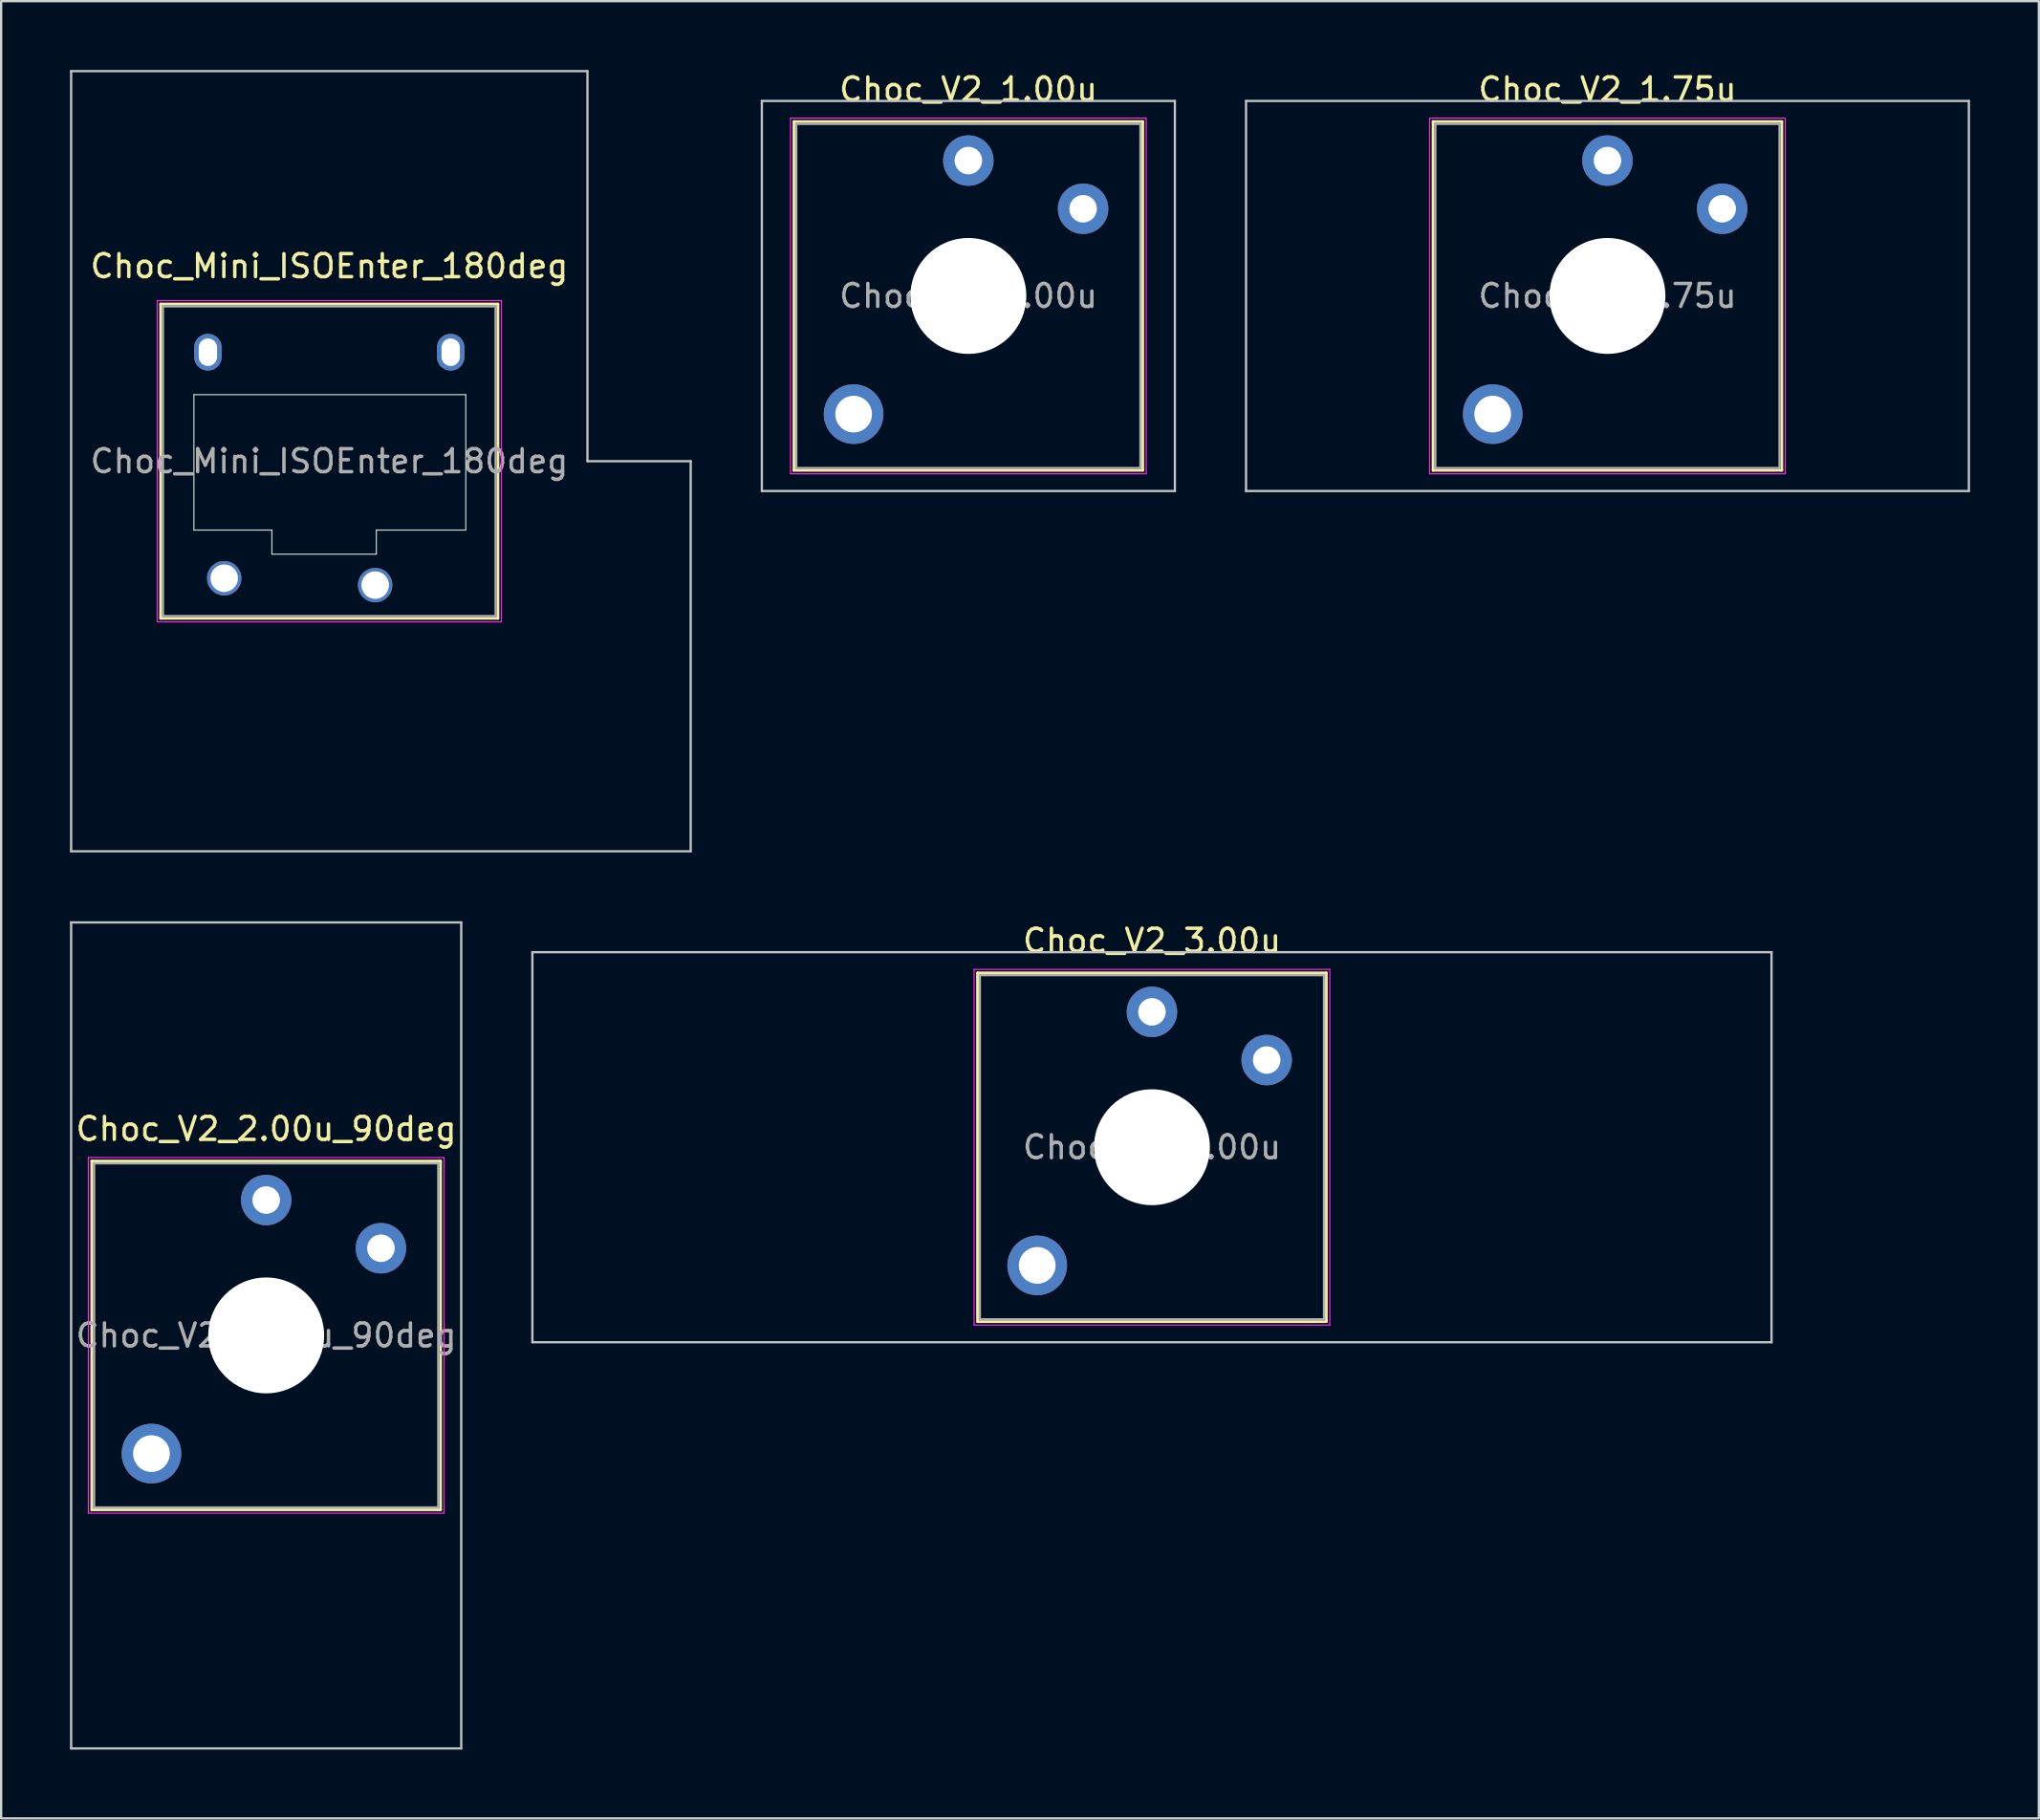
<source format=kicad_pcb>
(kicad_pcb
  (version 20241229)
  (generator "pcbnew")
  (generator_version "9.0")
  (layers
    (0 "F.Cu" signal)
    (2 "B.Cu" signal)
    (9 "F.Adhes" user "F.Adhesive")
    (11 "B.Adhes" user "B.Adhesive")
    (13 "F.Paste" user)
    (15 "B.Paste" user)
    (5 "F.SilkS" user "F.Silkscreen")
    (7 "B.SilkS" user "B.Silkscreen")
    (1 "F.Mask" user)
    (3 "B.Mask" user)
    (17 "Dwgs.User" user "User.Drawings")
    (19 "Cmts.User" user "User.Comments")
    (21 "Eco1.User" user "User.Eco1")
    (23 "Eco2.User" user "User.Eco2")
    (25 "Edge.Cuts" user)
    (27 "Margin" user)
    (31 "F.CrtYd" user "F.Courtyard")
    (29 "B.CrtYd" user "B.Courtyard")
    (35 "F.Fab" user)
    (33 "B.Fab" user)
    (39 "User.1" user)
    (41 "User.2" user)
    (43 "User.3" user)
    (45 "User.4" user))
  (footprint "Choc_V2_1.75u"
    (layer "F.Cu")
    (at 67 9.848)
    (property "Reference" "Choc_V2_1.75u" (at 0 -9 0) (layer "F.SilkS") (effects (font (size 1 1) (thickness 0.15))))
    (attr through_hole)
    (fp_line (start -7.6 -7.6) (end -7.6 7.6) (stroke (width 0.12) (type solid)) (layer "F.SilkS"))
    (fp_line (start -7.6 7.6) (end 7.6 7.6) (stroke (width 0.12) (type solid)) (layer "F.SilkS"))
    (fp_line (start 7.6 -7.6) (end -7.6 -7.6) (stroke (width 0.12) (type solid)) (layer "F.SilkS"))
    (fp_line (start 7.6 7.6) (end 7.6 -7.6) (stroke (width 0.12) (type solid)) (layer "F.SilkS"))
    (fp_line (start -15.75 -8.5) (end -15.75 8.5) (stroke (width 0.1) (type solid)) (layer "Dwgs.User"))
    (fp_line (start -15.75 8.5) (end 15.75 8.5) (stroke (width 0.1) (type solid)) (layer "Dwgs.User"))
    (fp_line (start 15.75 -8.5) (end -15.75 -8.5) (stroke (width 0.1) (type solid)) (layer "Dwgs.User"))
    (fp_line (start 15.75 8.5) (end 15.75 -8.5) (stroke (width 0.1) (type solid)) (layer "Dwgs.User"))
    (fp_line (start -7.25 -7.25) (end -7.25 7.25) (stroke (width 0.1) (type solid)) (layer "Eco1.User"))
    (fp_line (start -7.25 7.25) (end 7.25 7.25) (stroke (width 0.1) (type solid)) (layer "Eco1.User"))
    (fp_line (start 7.25 -7.25) (end -7.25 -7.25) (stroke (width 0.1) (type solid)) (layer "Eco1.User"))
    (fp_line (start 7.25 7.25) (end 7.25 -7.25) (stroke (width 0.1) (type solid)) (layer "Eco1.User"))
    (fp_line (start -7.75 -7.75) (end -7.75 7.75) (stroke (width 0.05) (type solid)) (layer "F.CrtYd"))
    (fp_line (start -7.75 7.75) (end 7.75 7.75) (stroke (width 0.05) (type solid)) (layer "F.CrtYd"))
    (fp_line (start 7.75 -7.75) (end -7.75 -7.75) (stroke (width 0.05) (type solid)) (layer "F.CrtYd"))
    (fp_line (start 7.75 7.75) (end 7.75 -7.75) (stroke (width 0.05) (type solid)) (layer "F.CrtYd"))
    (fp_line (start -7.5 -7.5) (end -7.5 7.5) (stroke (width 0.1) (type solid)) (layer "F.Fab"))
    (fp_line (start -7.5 7.5) (end 7.5 7.5) (stroke (width 0.1) (type solid)) (layer "F.Fab"))
    (fp_line (start 7.5 -7.5) (end -7.5 -7.5) (stroke (width 0.1) (type solid)) (layer "F.Fab"))
    (fp_line (start 7.5 7.5) (end 7.5 -7.5) (stroke (width 0.1) (type solid)) (layer "F.Fab"))
    (fp_text user "${REFERENCE}" (at 0 0 0) (layer "F.Fab") (effects (font (size 1 1) (thickness 0.15))))
    (pad "" thru_hole circle (at -5 5.15) (size 2.6 2.6) (drill 1.6) (layers "*.Cu" "*.Mask"))
    (pad "" np_thru_hole circle (at 0 0) (size 5.05 5.05) (drill 5.05) (layers "*.Cu" "*.Mask"))
    (pad "1" thru_hole circle (at 0 -5.9) (size 2.2 2.2) (drill 1.2) (layers "*.Cu" "*.Mask"))
    (pad "2" thru_hole circle (at 5 -3.8) (size 2.2 2.2) (drill 1.2) (layers "*.Cu" "*.Mask")))
  (footprint "Choc_Mini_ISOEnter_180deg"
    (layer "F.Cu")
    (at 11.3 17.05)
    (property "Reference" "Choc_Mini_ISOEnter_180deg" (at 0 -8.5 0) (layer "F.SilkS") (effects (font (size 1 1) (thickness 0.15))))
    (attr through_hole)
    (fp_line (start -7.35 -6.85) (end -7.35 6.85) (stroke (width 0.12) (type solid)) (layer "F.SilkS"))
    (fp_line (start -7.35 6.85) (end 7.35 6.85) (stroke (width 0.12) (type solid)) (layer "F.SilkS"))
    (fp_line (start 7.35 -6.85) (end -7.35 -6.85) (stroke (width 0.12) (type solid)) (layer "F.SilkS"))
    (fp_line (start 7.35 6.85) (end 7.35 -6.85) (stroke (width 0.12) (type solid)) (layer "F.SilkS"))
    (fp_line (start -11.25 -17) (end -11.25 17) (stroke (width 0.1) (type solid)) (layer "Dwgs.User"))
    (fp_line (start -11.25 17) (end 15.75 17) (stroke (width 0.1) (type solid)) (layer "Dwgs.User"))
    (fp_line (start 11.25 -17) (end -11.25 -17) (stroke (width 0.1) (type solid)) (layer "Dwgs.User"))
    (fp_line (start 11.25 0) (end 11.25 -17) (stroke (width 0.1) (type solid)) (layer "Dwgs.User"))
    (fp_line (start 15.75 0) (end 11.25 0) (stroke (width 0.1) (type solid)) (layer "Dwgs.User"))
    (fp_line (start 15.75 17) (end 15.75 0) (stroke (width 0.1) (type solid)) (layer "Dwgs.User"))
    (fp_line (start -6.85 -6.35) (end -6.85 6.35) (stroke (width 0.1) (type solid)) (layer "Eco1.User"))
    (fp_line (start -6.85 6.35) (end 6.85 6.35) (stroke (width 0.1) (type solid)) (layer "Eco1.User"))
    (fp_line (start 6.85 -6.35) (end -6.85 -6.35) (stroke (width 0.1) (type solid)) (layer "Eco1.User"))
    (fp_line (start 6.85 6.35) (end 6.85 -6.35) (stroke (width 0.1) (type solid)) (layer "Eco1.User"))
    (fp_line (start -5.9 -2.9) (end -5.9 3) (stroke (width 0.05) (type solid)) (layer "Edge.Cuts"))
    (fp_line (start -5.9 3) (end -2.5 3) (stroke (width 0.05) (type solid)) (layer "Edge.Cuts"))
    (fp_line (start -2.5 3) (end -2.5 4.05) (stroke (width 0.05) (type solid)) (layer "Edge.Cuts"))
    (fp_line (start -2.5 4.05) (end 2.05 4.05) (stroke (width 0.05) (type solid)) (layer "Edge.Cuts"))
    (fp_line (start 2.05 3) (end 5.95 3) (stroke (width 0.05) (type solid)) (layer "Edge.Cuts"))
    (fp_line (start 2.05 4.05) (end 2.05 3) (stroke (width 0.05) (type solid)) (layer "Edge.Cuts"))
    (fp_line (start 5.95 -2.9) (end -5.9 -2.9) (stroke (width 0.05) (type solid)) (layer "Edge.Cuts"))
    (fp_line (start 5.95 3) (end 5.95 -2.9) (stroke (width 0.05) (type solid)) (layer "Edge.Cuts"))
    (fp_line (start -7.5 -7) (end -7.5 7) (stroke (width 0.05) (type solid)) (layer "F.CrtYd"))
    (fp_line (start -7.5 7) (end 7.5 7) (stroke (width 0.05) (type solid)) (layer "F.CrtYd"))
    (fp_line (start 7.5 -7) (end -7.5 -7) (stroke (width 0.05) (type solid)) (layer "F.CrtYd"))
    (fp_line (start 7.5 7) (end 7.5 -7) (stroke (width 0.05) (type solid)) (layer "F.CrtYd"))
    (fp_line (start -7.25 -6.75) (end -7.25 6.75) (stroke (width 0.1) (type solid)) (layer "F.Fab"))
    (fp_line (start -7.25 6.75) (end 7.25 6.75) (stroke (width 0.1) (type solid)) (layer "F.Fab"))
    (fp_line (start 7.25 -6.75) (end -7.25 -6.75) (stroke (width 0.1) (type solid)) (layer "F.Fab"))
    (fp_line (start 7.25 6.75) (end 7.25 -6.75) (stroke (width 0.1) (type solid)) (layer "F.Fab"))
    (fp_text user "${REFERENCE}" (at 0 0 0) (layer "F.Fab") (effects (font (size 1 1) (thickness 0.15))))
    (pad "" np_thru_hole oval (at -5.29 -4.75) (size 1.2 1.6) (drill oval 0.8 1.2) (layers "*.Cu" "*.Mask"))
    (pad "" np_thru_hole oval (at 5.29 -4.75) (size 1.2 1.6) (drill oval 0.8 1.2) (layers "*.Cu" "*.Mask"))
    (pad "1" thru_hole circle (at 2 5.4) (size 1.5 1.5) (drill 1.2) (layers "*.Cu" "*.Mask"))
    (pad "2" thru_hole circle (at -4.58 5.1) (size 1.5 1.5) (drill 1.2) (layers "*.Cu" "*.Mask")))
  (footprint "Choc_V2_3.00u"
    (layer "F.Cu")
    (at 47.15 46.948)
    (property "Reference" "Choc_V2_3.00u" (at 0 -9 0) (layer "F.SilkS") (effects (font (size 1 1) (thickness 0.15))))
    (attr through_hole)
    (fp_line (start -7.6 -7.6) (end -7.6 7.6) (stroke (width 0.12) (type solid)) (layer "F.SilkS"))
    (fp_line (start -7.6 7.6) (end 7.6 7.6) (stroke (width 0.12) (type solid)) (layer "F.SilkS"))
    (fp_line (start 7.6 -7.6) (end -7.6 -7.6) (stroke (width 0.12) (type solid)) (layer "F.SilkS"))
    (fp_line (start 7.6 7.6) (end 7.6 -7.6) (stroke (width 0.12) (type solid)) (layer "F.SilkS"))
    (fp_line (start -27 -8.5) (end -27 8.5) (stroke (width 0.1) (type solid)) (layer "Dwgs.User"))
    (fp_line (start -27 8.5) (end 27 8.5) (stroke (width 0.1) (type solid)) (layer "Dwgs.User"))
    (fp_line (start 27 -8.5) (end -27 -8.5) (stroke (width 0.1) (type solid)) (layer "Dwgs.User"))
    (fp_line (start 27 8.5) (end 27 -8.5) (stroke (width 0.1) (type solid)) (layer "Dwgs.User"))
    (fp_line (start -7.25 -7.25) (end -7.25 7.25) (stroke (width 0.1) (type solid)) (layer "Eco1.User"))
    (fp_line (start -7.25 7.25) (end 7.25 7.25) (stroke (width 0.1) (type solid)) (layer "Eco1.User"))
    (fp_line (start 7.25 -7.25) (end -7.25 -7.25) (stroke (width 0.1) (type solid)) (layer "Eco1.User"))
    (fp_line (start 7.25 7.25) (end 7.25 -7.25) (stroke (width 0.1) (type solid)) (layer "Eco1.User"))
    (fp_line (start -7.75 -7.75) (end -7.75 7.75) (stroke (width 0.05) (type solid)) (layer "F.CrtYd"))
    (fp_line (start -7.75 7.75) (end 7.75 7.75) (stroke (width 0.05) (type solid)) (layer "F.CrtYd"))
    (fp_line (start 7.75 -7.75) (end -7.75 -7.75) (stroke (width 0.05) (type solid)) (layer "F.CrtYd"))
    (fp_line (start 7.75 7.75) (end 7.75 -7.75) (stroke (width 0.05) (type solid)) (layer "F.CrtYd"))
    (fp_line (start -7.5 -7.5) (end -7.5 7.5) (stroke (width 0.1) (type solid)) (layer "F.Fab"))
    (fp_line (start -7.5 7.5) (end 7.5 7.5) (stroke (width 0.1) (type solid)) (layer "F.Fab"))
    (fp_line (start 7.5 -7.5) (end -7.5 -7.5) (stroke (width 0.1) (type solid)) (layer "F.Fab"))
    (fp_line (start 7.5 7.5) (end 7.5 -7.5) (stroke (width 0.1) (type solid)) (layer "F.Fab"))
    (fp_text user "${REFERENCE}" (at 0 0 0) (layer "F.Fab") (effects (font (size 1 1) (thickness 0.15))))
    (pad "" thru_hole circle (at -5 5.15) (size 2.6 2.6) (drill 1.6) (layers "*.Cu" "*.Mask"))
    (pad "" np_thru_hole circle (at 0 0) (size 5.05 5.05) (drill 5.05) (layers "*.Cu" "*.Mask"))
    (pad "1" thru_hole circle (at 0 -5.9) (size 2.2 2.2) (drill 1.2) (layers "*.Cu" "*.Mask"))
    (pad "2" thru_hole circle (at 5 -3.8) (size 2.2 2.2) (drill 1.2) (layers "*.Cu" "*.Mask")))
  (footprint "Choc_V2_1.00u"
    (layer "F.Cu")
    (at 39.15 9.848)
    (property "Reference" "Choc_V2_1.00u" (at 0 -9 0) (layer "F.SilkS") (effects (font (size 1 1) (thickness 0.15))))
    (attr through_hole)
    (fp_line (start -7.6 -7.6) (end -7.6 7.6) (stroke (width 0.12) (type solid)) (layer "F.SilkS"))
    (fp_line (start -7.6 7.6) (end 7.6 7.6) (stroke (width 0.12) (type solid)) (layer "F.SilkS"))
    (fp_line (start 7.6 -7.6) (end -7.6 -7.6) (stroke (width 0.12) (type solid)) (layer "F.SilkS"))
    (fp_line (start 7.6 7.6) (end 7.6 -7.6) (stroke (width 0.12) (type solid)) (layer "F.SilkS"))
    (fp_line (start -9 -8.5) (end -9 8.5) (stroke (width 0.1) (type solid)) (layer "Dwgs.User"))
    (fp_line (start -9 8.5) (end 9 8.5) (stroke (width 0.1) (type solid)) (layer "Dwgs.User"))
    (fp_line (start 9 -8.5) (end -9 -8.5) (stroke (width 0.1) (type solid)) (layer "Dwgs.User"))
    (fp_line (start 9 8.5) (end 9 -8.5) (stroke (width 0.1) (type solid)) (layer "Dwgs.User"))
    (fp_line (start -7.25 -7.25) (end -7.25 7.25) (stroke (width 0.1) (type solid)) (layer "Eco1.User"))
    (fp_line (start -7.25 7.25) (end 7.25 7.25) (stroke (width 0.1) (type solid)) (layer "Eco1.User"))
    (fp_line (start 7.25 -7.25) (end -7.25 -7.25) (stroke (width 0.1) (type solid)) (layer "Eco1.User"))
    (fp_line (start 7.25 7.25) (end 7.25 -7.25) (stroke (width 0.1) (type solid)) (layer "Eco1.User"))
    (fp_line (start -7.75 -7.75) (end -7.75 7.75) (stroke (width 0.05) (type solid)) (layer "F.CrtYd"))
    (fp_line (start -7.75 7.75) (end 7.75 7.75) (stroke (width 0.05) (type solid)) (layer "F.CrtYd"))
    (fp_line (start 7.75 -7.75) (end -7.75 -7.75) (stroke (width 0.05) (type solid)) (layer "F.CrtYd"))
    (fp_line (start 7.75 7.75) (end 7.75 -7.75) (stroke (width 0.05) (type solid)) (layer "F.CrtYd"))
    (fp_line (start -7.5 -7.5) (end -7.5 7.5) (stroke (width 0.1) (type solid)) (layer "F.Fab"))
    (fp_line (start -7.5 7.5) (end 7.5 7.5) (stroke (width 0.1) (type solid)) (layer "F.Fab"))
    (fp_line (start 7.5 -7.5) (end -7.5 -7.5) (stroke (width 0.1) (type solid)) (layer "F.Fab"))
    (fp_line (start 7.5 7.5) (end 7.5 -7.5) (stroke (width 0.1) (type solid)) (layer "F.Fab"))
    (fp_text user "${REFERENCE}" (at 0 0 0) (layer "F.Fab") (effects (font (size 1 1) (thickness 0.15))))
    (pad "" thru_hole circle (at -5 5.15) (size 2.6 2.6) (drill 1.6) (layers "*.Cu" "*.Mask"))
    (pad "" np_thru_hole circle (at 0 0) (size 5.05 5.05) (drill 5.05) (layers "*.Cu" "*.Mask"))
    (pad "1" thru_hole circle (at 0 -5.9) (size 2.2 2.2) (drill 1.2) (layers "*.Cu" "*.Mask"))
    (pad "2" thru_hole circle (at 5 -3.8) (size 2.2 2.2) (drill 1.2) (layers "*.Cu" "*.Mask")))
  (footprint "Choc_V2_2.00u_90deg"
    (layer "F.Cu")
    (at 8.55 55.15)
    (property "Reference" "Choc_V2_2.00u_90deg" (at 0 -9 0) (layer "F.SilkS") (effects (font (size 1 1) (thickness 0.15))))
    (attr through_hole)
    (fp_line (start -7.6 -7.6) (end -7.6 7.6) (stroke (width 0.12) (type solid)) (layer "F.SilkS"))
    (fp_line (start -7.6 7.6) (end 7.6 7.6) (stroke (width 0.12) (type solid)) (layer "F.SilkS"))
    (fp_line (start 7.6 -7.6) (end -7.6 -7.6) (stroke (width 0.12) (type solid)) (layer "F.SilkS"))
    (fp_line (start 7.6 7.6) (end 7.6 -7.6) (stroke (width 0.12) (type solid)) (layer "F.SilkS"))
    (fp_line (start -8.5 -18) (end 8.5 -18) (stroke (width 0.1) (type solid)) (layer "Dwgs.User"))
    (fp_line (start -8.5 18) (end -8.5 -18) (stroke (width 0.1) (type solid)) (layer "Dwgs.User"))
    (fp_line (start 8.5 -18) (end 8.5 18) (stroke (width 0.1) (type solid)) (layer "Dwgs.User"))
    (fp_line (start 8.5 18) (end -8.5 18) (stroke (width 0.1) (type solid)) (layer "Dwgs.User"))
    (fp_line (start -7.25 -7.25) (end -7.25 7.25) (stroke (width 0.1) (type solid)) (layer "Eco1.User"))
    (fp_line (start -7.25 7.25) (end 7.25 7.25) (stroke (width 0.1) (type solid)) (layer "Eco1.User"))
    (fp_line (start 7.25 -7.25) (end -7.25 -7.25) (stroke (width 0.1) (type solid)) (layer "Eco1.User"))
    (fp_line (start 7.25 7.25) (end 7.25 -7.25) (stroke (width 0.1) (type solid)) (layer "Eco1.User"))
    (fp_line (start -7.75 -7.75) (end -7.75 7.75) (stroke (width 0.05) (type solid)) (layer "F.CrtYd"))
    (fp_line (start -7.75 7.75) (end 7.75 7.75) (stroke (width 0.05) (type solid)) (layer "F.CrtYd"))
    (fp_line (start 7.75 -7.75) (end -7.75 -7.75) (stroke (width 0.05) (type solid)) (layer "F.CrtYd"))
    (fp_line (start 7.75 7.75) (end 7.75 -7.75) (stroke (width 0.05) (type solid)) (layer "F.CrtYd"))
    (fp_line (start -7.5 -7.5) (end -7.5 7.5) (stroke (width 0.1) (type solid)) (layer "F.Fab"))
    (fp_line (start -7.5 7.5) (end 7.5 7.5) (stroke (width 0.1) (type solid)) (layer "F.Fab"))
    (fp_line (start 7.5 -7.5) (end -7.5 -7.5) (stroke (width 0.1) (type solid)) (layer "F.Fab"))
    (fp_line (start 7.5 7.5) (end 7.5 -7.5) (stroke (width 0.1) (type solid)) (layer "F.Fab"))
    (fp_text user "${REFERENCE}" (at 0 0 0) (layer "F.Fab") (effects (font (size 1 1) (thickness 0.15))))
    (pad "" thru_hole circle (at -5 5.15) (size 2.6 2.6) (drill 1.6) (layers "*.Cu" "*.Mask"))
    (pad "" np_thru_hole circle (at 0 0) (size 5.05 5.05) (drill 5.05) (layers "*.Cu" "*.Mask"))
    (pad "1" thru_hole circle (at 0 -5.9) (size 2.2 2.2) (drill 1.2) (layers "*.Cu" "*.Mask"))
    (pad "2" thru_hole circle (at 5 -3.8) (size 2.2 2.2) (drill 1.2) (layers "*.Cu" "*.Mask")))
  (gr_rect
    (start -3 -3)
    (end 85.8 76.2)
    (stroke (width 0.1) (type default))
    (fill no)
    (layer "Edge.Cuts")))
</source>
